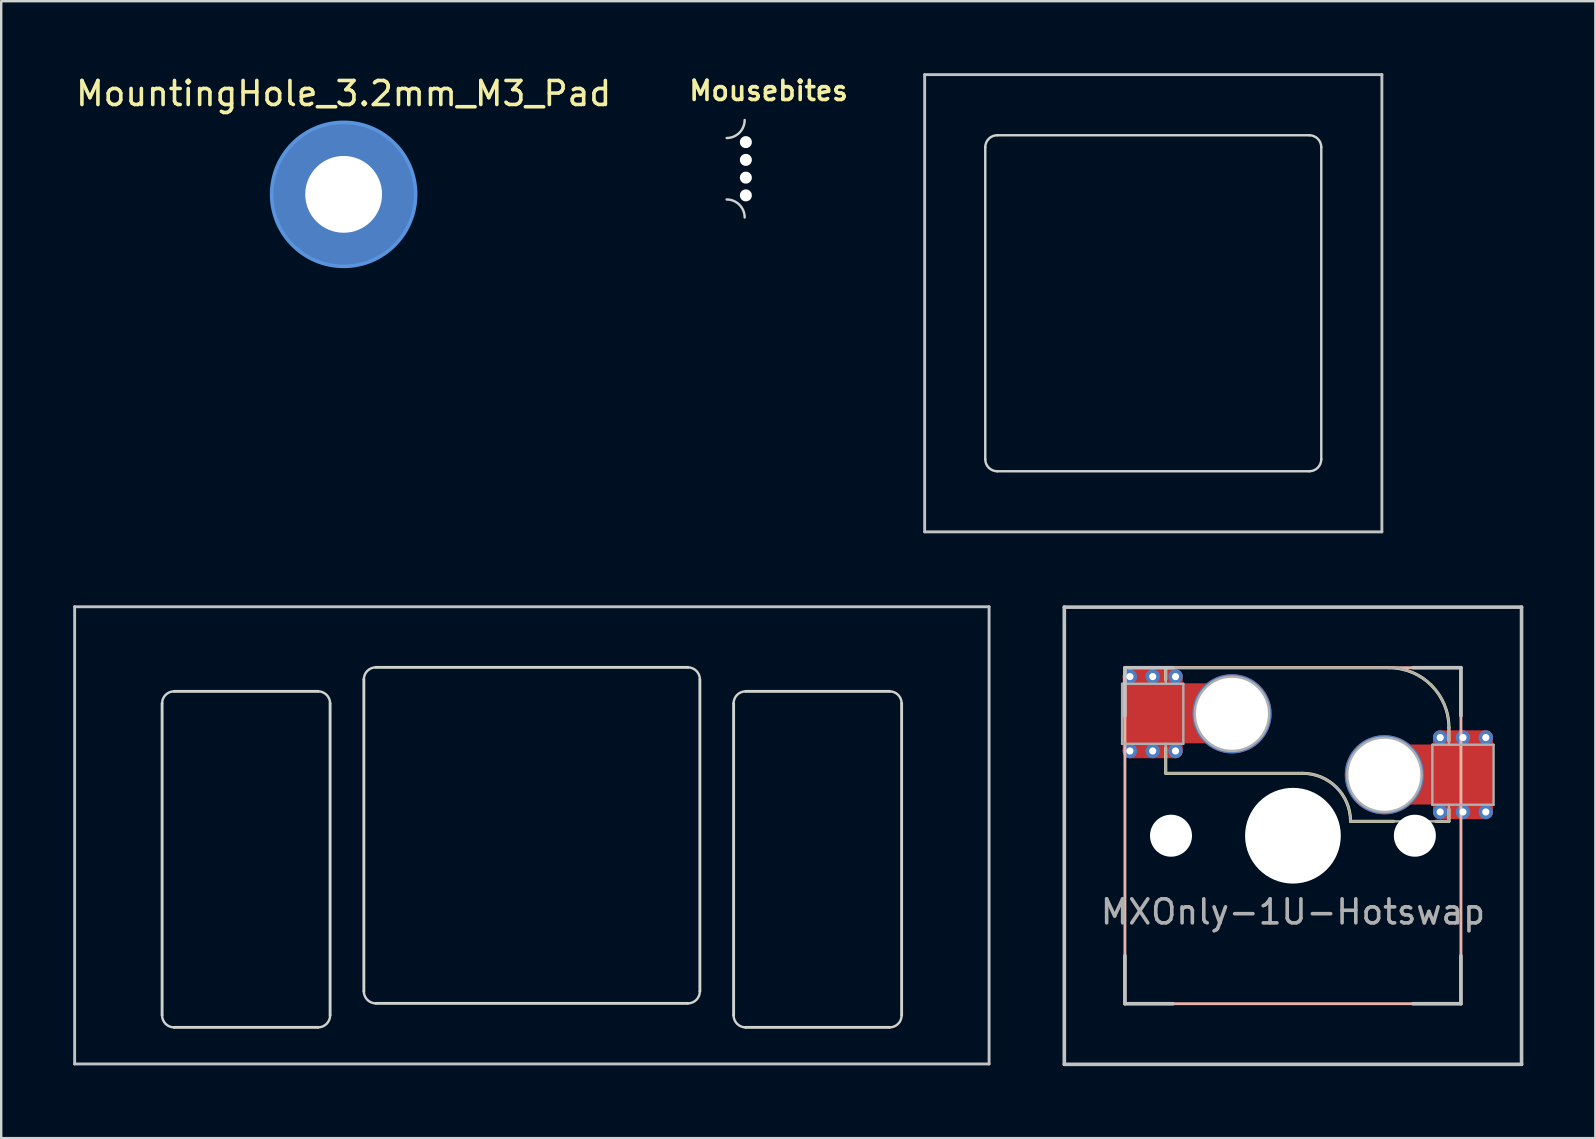
<source format=kicad_pcb>
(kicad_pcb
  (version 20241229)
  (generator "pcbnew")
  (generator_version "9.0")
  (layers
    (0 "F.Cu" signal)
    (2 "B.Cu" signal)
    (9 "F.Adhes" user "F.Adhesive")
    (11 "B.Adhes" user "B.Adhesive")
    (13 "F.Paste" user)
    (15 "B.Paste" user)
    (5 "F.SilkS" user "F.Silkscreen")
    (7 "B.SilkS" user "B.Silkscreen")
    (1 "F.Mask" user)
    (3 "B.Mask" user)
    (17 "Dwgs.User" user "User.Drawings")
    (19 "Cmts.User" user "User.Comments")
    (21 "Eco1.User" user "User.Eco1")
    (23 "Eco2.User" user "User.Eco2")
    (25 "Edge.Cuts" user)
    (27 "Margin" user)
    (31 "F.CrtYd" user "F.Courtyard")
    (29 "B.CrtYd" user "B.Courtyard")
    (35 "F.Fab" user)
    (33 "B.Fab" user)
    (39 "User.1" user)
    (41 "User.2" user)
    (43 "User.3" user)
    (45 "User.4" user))
  (footprint "Mousebites"
    (layer "F.Cu")
    (at 27.976 3.981)
    (property "Reference" "Mousebites" (at 1 -3.25 180) (layer "F.SilkS") (effects (font (size 0.8 0.8) (thickness 0.15))))
    (attr exclude_from_pos_files exclude_from_bom)
    (fp_arc (start -0.75 1.28) (mid -0.21967 1.49967) (end 0 2.03) (stroke (width 0.1) (type default)) (layer "Edge.Cuts"))
    (fp_arc (start 0 -2.03) (mid -0.21967 -1.49967) (end -0.75 -1.28) (stroke (width 0.1) (type default)) (layer "Edge.Cuts"))
    (pad "" np_thru_hole circle (at 0.05 -1.11) (size 0.5 0.5) (drill 0.5) (layers "*.Cu" "*.Mask"))
    (pad "" np_thru_hole circle (at 0.05 -0.37) (size 0.5 0.5) (drill 0.5) (layers "*.Cu" "*.Mask"))
    (pad "" np_thru_hole circle (at 0.05 0.37) (size 0.5 0.5) (drill 0.5) (layers "*.Cu" "*.Mask"))
    (pad "" np_thru_hole circle (at 0.05 1.11) (size 0.5 0.5) (drill 0.5) (layers "*.Cu" "*.Mask")))
  (footprint "MX100"
    (layer "F.Cu")
    (at 45.001 9.585)
    (property "Reference" "MX100" (at 0 2.381 0) (layer "Eco1.User") (effects (font (size 1 1) (thickness 0.15))))
    (attr through_hole)
    (fp_line (start -9.525 -9.525) (end 9.525 -9.525) (stroke (width 0.12) (type solid)) (layer "Dwgs.User"))
    (fp_line (start -9.525 9.525) (end -9.525 -9.525) (stroke (width 0.12) (type solid)) (layer "Dwgs.User"))
    (fp_line (start 9.525 -9.525) (end 9.525 9.525) (stroke (width 0.12) (type solid)) (layer "Dwgs.User"))
    (fp_line (start 9.525 9.525) (end -9.525 9.525) (stroke (width 0.12) (type solid)) (layer "Dwgs.User"))
    (fp_line (start 0 0) (end -0.5 0) (stroke (width 0.12) (type solid)) (layer "Eco1.User"))
    (fp_line (start 0 0) (end 0 -0.5) (stroke (width 0.12) (type solid)) (layer "Eco1.User"))
    (fp_line (start 0 0) (end 0 0.5) (stroke (width 0.12) (type solid)) (layer "Eco1.User"))
    (fp_line (start 0 0) (end 0.5 0) (stroke (width 0.12) (type solid)) (layer "Eco1.User"))
    (fp_line (start -7 -6.5) (end -7 6.5) (stroke (width 0.1) (type solid)) (layer "Edge.Cuts"))
    (fp_line (start -6.5 -7) (end 6.5 -7) (stroke (width 0.1) (type solid)) (layer "Edge.Cuts"))
    (fp_line (start -6.5 7) (end 6.5 7) (stroke (width 0.1) (type solid)) (layer "Edge.Cuts"))
    (fp_line (start 7 -6.5) (end 7 6.5) (stroke (width 0.1) (type solid)) (layer "Edge.Cuts"))
    (fp_arc (start -7 -6.5) (mid -6.853553 -6.853553) (end -6.5 -7) (stroke (width 0.1) (type solid)) (layer "Edge.Cuts"))
    (fp_arc (start -6.5 7) (mid -6.853553 6.853553) (end -7 6.5) (stroke (width 0.1) (type solid)) (layer "Edge.Cuts"))
    (fp_arc (start 6.5 -7) (mid 6.853554 -6.853554) (end 7 -6.5) (stroke (width 0.1) (type solid)) (layer "Edge.Cuts"))
    (fp_arc (start 7 6.5) (mid 6.853554 6.853554) (end 6.5 7) (stroke (width 0.1) (type solid)) (layer "Edge.Cuts")))
  (footprint "MX200"
    (layer "F.Cu")
    (at 19.11 31.755)
    (property "Reference" "MX200" (at 0 2.381 0) (layer "Eco1.User") (effects (font (size 1 1) (thickness 0.15))))
    (attr through_hole)
    (fp_line (start -19.05 -9.525) (end 19.05 -9.525) (stroke (width 0.12) (type solid)) (layer "Dwgs.User"))
    (fp_line (start -19.05 9.525) (end -19.05 -9.525) (stroke (width 0.12) (type solid)) (layer "Dwgs.User"))
    (fp_line (start 19.05 -9.525) (end 19.05 9.525) (stroke (width 0.12) (type solid)) (layer "Dwgs.User"))
    (fp_line (start 19.05 9.525) (end -19.05 9.525) (stroke (width 0.12) (type solid)) (layer "Dwgs.User"))
    (fp_line (start -15.406 -5.5) (end -15.406 7.5) (stroke (width 0.12) (type default)) (layer "Edge.Cuts"))
    (fp_line (start -14.906 8) (end -8.906 8) (stroke (width 0.12) (type default)) (layer "Edge.Cuts"))
    (fp_line (start -8.906 -6) (end -14.906 -6) (stroke (width 0.12) (type default)) (layer "Edge.Cuts"))
    (fp_line (start -8.406 7.5) (end -8.406 -5.5) (stroke (width 0.12) (type default)) (layer "Edge.Cuts"))
    (fp_line (start -7 -6.5) (end -7 6.5) (stroke (width 0.12) (type default)) (layer "Edge.Cuts"))
    (fp_line (start -6.5 7) (end 6.5 7) (stroke (width 0.12) (type default)) (layer "Edge.Cuts"))
    (fp_line (start 6.5 -7) (end -6.5 -7) (stroke (width 0.12) (type default)) (layer "Edge.Cuts"))
    (fp_line (start 7 6.5) (end 7 -6.5) (stroke (width 0.12) (type default)) (layer "Edge.Cuts"))
    (fp_line (start 8.406 7.5) (end 8.406 -5.5) (stroke (width 0.12) (type default)) (layer "Edge.Cuts"))
    (fp_line (start 8.906 -6) (end 14.906 -6) (stroke (width 0.12) (type default)) (layer "Edge.Cuts"))
    (fp_line (start 14.906 8) (end 8.906 8) (stroke (width 0.12) (type default)) (layer "Edge.Cuts"))
    (fp_line (start 15.406 -5.5) (end 15.406 7.5) (stroke (width 0.12) (type default)) (layer "Edge.Cuts"))
    (fp_arc (start -15.40625 -5.5) (mid -15.259803 -5.853553) (end -14.90625 -6) (stroke (width 0.1) (type solid)) (layer "Edge.Cuts"))
    (fp_arc (start -14.90625 8.000008) (mid -15.259803 7.853561) (end -15.40625 7.500008) (stroke (width 0.1) (type solid)) (layer "Edge.Cuts"))
    (fp_arc (start -8.90625 -6) (mid -8.552697 -5.853553) (end -8.40625 -5.5) (stroke (width 0.1) (type solid)) (layer "Edge.Cuts"))
    (fp_arc (start -8.40625 7.500008) (mid -8.552697 7.853561) (end -8.90625 8.000008) (stroke (width 0.1) (type solid)) (layer "Edge.Cuts"))
    (fp_arc (start -7 -6.5) (mid -6.853553 -6.853553) (end -6.5 -7) (stroke (width 0.1) (type solid)) (layer "Edge.Cuts"))
    (fp_arc (start -6.5 7) (mid -6.853553 6.853553) (end -7 6.5) (stroke (width 0.1) (type solid)) (layer "Edge.Cuts"))
    (fp_arc (start 6.5 -7) (mid 6.853553 -6.853553) (end 7 -6.5) (stroke (width 0.1) (type solid)) (layer "Edge.Cuts"))
    (fp_arc (start 6.999672 6.500007) (mid 6.853225 6.85356) (end 6.499672 7.000007) (stroke (width 0.1) (type solid)) (layer "Edge.Cuts"))
    (fp_arc (start 8.40625 -5.5) (mid 8.552697 -5.853553) (end 8.90625 -6) (stroke (width 0.1) (type solid)) (layer "Edge.Cuts"))
    (fp_arc (start 8.90625 8.000008) (mid 8.552697 7.853561) (end 8.40625 7.500008) (stroke (width 0.1) (type solid)) (layer "Edge.Cuts"))
    (fp_arc (start 14.90625 -6) (mid 15.259803 -5.853553) (end 15.40625 -5.5) (stroke (width 0.1) (type solid)) (layer "Edge.Cuts"))
    (fp_arc (start 15.40625 7.500008) (mid 15.259803 7.853561) (end 14.90625 8.000008) (stroke (width 0.1) (type solid)) (layer "Edge.Cuts")))
  (footprint "MountingHole_3.2mm_M3_Pad"
    (layer "F.Cu")
    (at 11.268 5.048)
    (property "Reference" "MountingHole_3.2mm_M3_Pad" (at 0 -4.2 0) (layer "F.SilkS") (effects (font (size 1 1) (thickness 0.15))))
    (attr exclude_from_pos_files exclude_from_bom)
    (fp_circle (center 0 0) (end 3 0) (stroke (width 0.15) (type solid)) (fill no) (layer "Cmts.User"))
    (fp_circle (center 0 0) (end 3 0) (stroke (width 0.05) (type solid)) (fill no) (layer "F.CrtYd"))
    (pad "1" thru_hole circle (at 0 0) (size 6 6) (drill 3.2) (layers "*.Cu" "*.Mask")))
  (footprint "MXOnly-1U-Hotswap"
    (layer "F.Cu")
    (at 50.82 31.77)
    (property "Reference" "MXOnly-1U-Hotswap" (at 0 3.175 0) (layer "F.Fab") (effects (font (size 1 1) (thickness 0.15))))
    (attr smd)
    (fp_line (start -5.3 -7) (end -5.3 -6.5) (stroke (width 0.127) (type solid)) (layer "F.SilkS"))
    (fp_line (start -5.3 -7) (end 4 -7) (stroke (width 0.127) (type solid)) (layer "F.SilkS"))
    (fp_line (start -5.3 -3.65) (end -5.3 -2.6) (stroke (width 0.127) (type solid)) (layer "F.SilkS"))
    (fp_line (start 0.4 -2.6) (end -5.3 -2.6) (stroke (width 0.127) (type solid)) (layer "F.SilkS"))
    (fp_line (start 4.2 -0.6) (end 2.4 -0.6) (stroke (width 0.127) (type solid)) (layer "F.SilkS"))
    (fp_line (start 6.5 -4.5) (end 6.5 -3.95) (stroke (width 0.127) (type solid)) (layer "F.SilkS"))
    (fp_line (start 6.5 -1.1) (end 6.5 -0.6) (stroke (width 0.127) (type solid)) (layer "F.SilkS"))
    (fp_line (start 6.5 -0.6) (end 5.95 -0.6) (stroke (width 0.127) (type solid)) (layer "F.SilkS"))
    (fp_arc (start 0.4 -2.6) (mid 1.814214 -2.014214) (end 2.4 -0.6) (stroke (width 0.127) (type solid)) (layer "F.SilkS"))
    (fp_arc (start 4 -7) (mid 5.767767 -6.267767) (end 6.5 -4.5) (stroke (width 0.127) (type solid)) (layer "F.SilkS"))
    (fp_rect (start 7 -7) (end -7 7) (stroke (width 0.12) (type solid)) (fill no) (layer "B.SilkS"))
    (fp_line (start -9.525 -9.525) (end -9.525 9.525) (stroke (width 0.15) (type solid)) (layer "Dwgs.User"))
    (fp_line (start -9.525 9.525) (end 9.525 9.525) (stroke (width 0.15) (type solid)) (layer "Dwgs.User"))
    (fp_line (start -7 -7) (end -7 -5) (stroke (width 0.15) (type solid)) (layer "Dwgs.User"))
    (fp_line (start -7 7) (end -7 5) (stroke (width 0.15) (type solid)) (layer "Dwgs.User"))
    (fp_line (start -5 -7) (end -7 -7) (stroke (width 0.15) (type solid)) (layer "Dwgs.User"))
    (fp_line (start -5 7) (end -7 7) (stroke (width 0.15) (type solid)) (layer "Dwgs.User"))
    (fp_line (start 5 -7) (end 7 -7) (stroke (width 0.15) (type solid)) (layer "Dwgs.User"))
    (fp_line (start 7 -7) (end 7 -5) (stroke (width 0.15) (type solid)) (layer "Dwgs.User"))
    (fp_line (start 7 5) (end 7 7) (stroke (width 0.15) (type solid)) (layer "Dwgs.User"))
    (fp_line (start 7 7) (end 5 7) (stroke (width 0.15) (type solid)) (layer "Dwgs.User"))
    (fp_line (start 9.525 -9.525) (end -9.525 -9.525) (stroke (width 0.15) (type solid)) (layer "Dwgs.User"))
    (fp_line (start 9.525 9.525) (end 9.525 -9.525) (stroke (width 0.15) (type solid)) (layer "Dwgs.User"))
    (fp_line (start -7.117 -6.33) (end -7.117 -3.83) (stroke (width 0.1) (type solid)) (layer "F.Fab"))
    (fp_line (start -7.117 -6.33) (end -4.567 -6.33) (stroke (width 0.1) (type solid)) (layer "F.Fab"))
    (fp_line (start -5.3 -7) (end -5.3 -6.33) (stroke (width 0.1) (type solid)) (layer "F.Fab"))
    (fp_line (start -5.3 -7) (end 4 -7) (stroke (width 0.1) (type solid)) (layer "F.Fab"))
    (fp_line (start -5.3 -3.83) (end -5.3 -2.6) (stroke (width 0.1) (type solid)) (layer "F.Fab"))
    (fp_line (start -4.567 -3.83) (end -7.117 -3.83) (stroke (width 0.1) (type solid)) (layer "F.Fab"))
    (fp_line (start -4.567 -3.83) (end -4.567 -6.33) (stroke (width 0.1) (type solid)) (layer "F.Fab"))
    (fp_line (start 0.4 -2.6) (end -5.3 -2.6) (stroke (width 0.1) (type solid)) (layer "F.Fab"))
    (fp_line (start 5.81 -1.29) (end 5.81 -3.79) (stroke (width 0.1) (type solid)) (layer "F.Fab"))
    (fp_line (start 5.81 -1.29) (end 8.36 -1.29) (stroke (width 0.1) (type solid)) (layer "F.Fab"))
    (fp_line (start 6.5 -4.5) (end 6.5 -3.79) (stroke (width 0.1) (type solid)) (layer "F.Fab"))
    (fp_line (start 6.5 -1.29) (end 6.5 -0.6) (stroke (width 0.1) (type solid)) (layer "F.Fab"))
    (fp_line (start 6.5 -0.6) (end 2.4 -0.6) (stroke (width 0.1) (type solid)) (layer "F.Fab"))
    (fp_line (start 8.36 -3.79) (end 5.81 -3.79) (stroke (width 0.1) (type solid)) (layer "F.Fab"))
    (fp_line (start 8.36 -3.79) (end 8.36 -1.29) (stroke (width 0.1) (type solid)) (layer "F.Fab"))
    (fp_arc (start 0.4 -2.6) (mid 1.814214 -2.014214) (end 2.4 -0.6) (stroke (width 0.1) (type solid)) (layer "F.Fab"))
    (fp_arc (start 4 -7) (mid 5.767767 -6.267767) (end 6.5 -4.5) (stroke (width 0.1) (type solid)) (layer "F.Fab"))
    (fp_circle (center -2.54 -5.08) (end -2.54 -6.604) (stroke (width 0.15) (type solid)) (fill no) (layer "F.Fab"))
    (fp_circle (center 3.81 -2.54) (end 3.81 -4.064) (stroke (width 0.15) (type solid)) (fill no) (layer "F.Fab"))
    (pad "" np_thru_hole circle (at -5.08 0 311.9) (size 1.75 1.75) (drill 1.75) (layers "*.Cu" "*.Mask"))
    (pad "" np_thru_hole circle (at 0 0) (size 3.988 3.988) (drill 3.988) (layers "*.Cu" "*.Mask"))
    (pad "" np_thru_hole circle (at 5.08 0 311.9) (size 1.75 1.75) (drill 1.75) (layers "*.Cu" "*.Mask"))
    (pad "1" thru_hole circle (at 3.81 -2.54) (size 3.3 3.3) (drill 3) (layers "*.Cu" "*.Mask"))
    (pad "1" smd rect (at 5.5 -2.55) (size 1.3 2.5) (layers "F.Cu"))
    (pad "1" thru_hole circle (at 6.135 -4.09) (size 0.6 0.6) (drill 0.3) (layers "*.Cu"))
    (pad "1" thru_hole circle (at 6.135 -0.99) (size 0.6 0.6) (drill 0.3) (layers "*.Cu"))
    (pad "1" thru_hole circle (at 7.085 -4.09) (size 0.6 0.6) (drill 0.3) (layers "*.Cu"))
    (pad "1" smd rect (at 7.085 -2.54) (size 2.5 2.5) (layers "F.Cu" "F.Mask" "F.Paste"))
    (pad "1" smd roundrect (at 7.085 -2.54) (size 2.5 3.7) (layers "F.Cu") (roundrect_rratio 0.12))
    (pad "1" thru_hole circle (at 7.085 -0.99) (size 0.6 0.6) (drill 0.3) (layers "*.Cu"))
    (pad "1" thru_hole circle (at 8.035 -4.09) (size 0.6 0.6) (drill 0.3) (layers "*.Cu"))
    (pad "1" thru_hole circle (at 8.035 -0.99) (size 0.6 0.6) (drill 0.3) (layers "*.Cu"))
    (pad "2" thru_hole circle (at -6.792 -6.63) (size 0.6 0.6) (drill 0.3) (layers "*.Cu"))
    (pad "2" thru_hole circle (at -6.792 -3.53) (size 0.6 0.6) (drill 0.3) (layers "*.Cu"))
    (pad "2" thru_hole circle (at -5.842 -6.63) (size 0.6 0.6) (drill 0.3) (layers "*.Cu"))
    (pad "2" smd rect (at -5.842 -5.08) (size 2.5 2.5) (layers "F.Cu" "F.Mask" "F.Paste"))
    (pad "2" smd roundrect (at -5.842 -5.08) (size 2.5 3.7) (layers "F.Cu") (roundrect_rratio 0.12))
    (pad "2" thru_hole circle (at -5.842 -3.53) (size 0.6 0.6) (drill 0.3) (layers "*.Cu"))
    (pad "2" thru_hole circle (at -4.892 -6.63) (size 0.6 0.6) (drill 0.3) (layers "*.Cu"))
    (pad "2" thru_hole circle (at -4.892 -3.53) (size 0.6 0.6) (drill 0.3) (layers "*.Cu"))
    (pad "2" smd rect (at -4.225 -5.1) (size 1.35 2.5) (layers "F.Cu"))
    (pad "2" thru_hole circle (at -2.54 -5.08) (size 3.3 3.3) (drill 3) (layers "*.Cu" "*.Mask")))
  (gr_rect
    (start -3 -3)
    (end 63.42 44.37)
    (stroke (width 0.1) (type default))
    (fill no)
    (layer "Edge.Cuts")))
</source>
